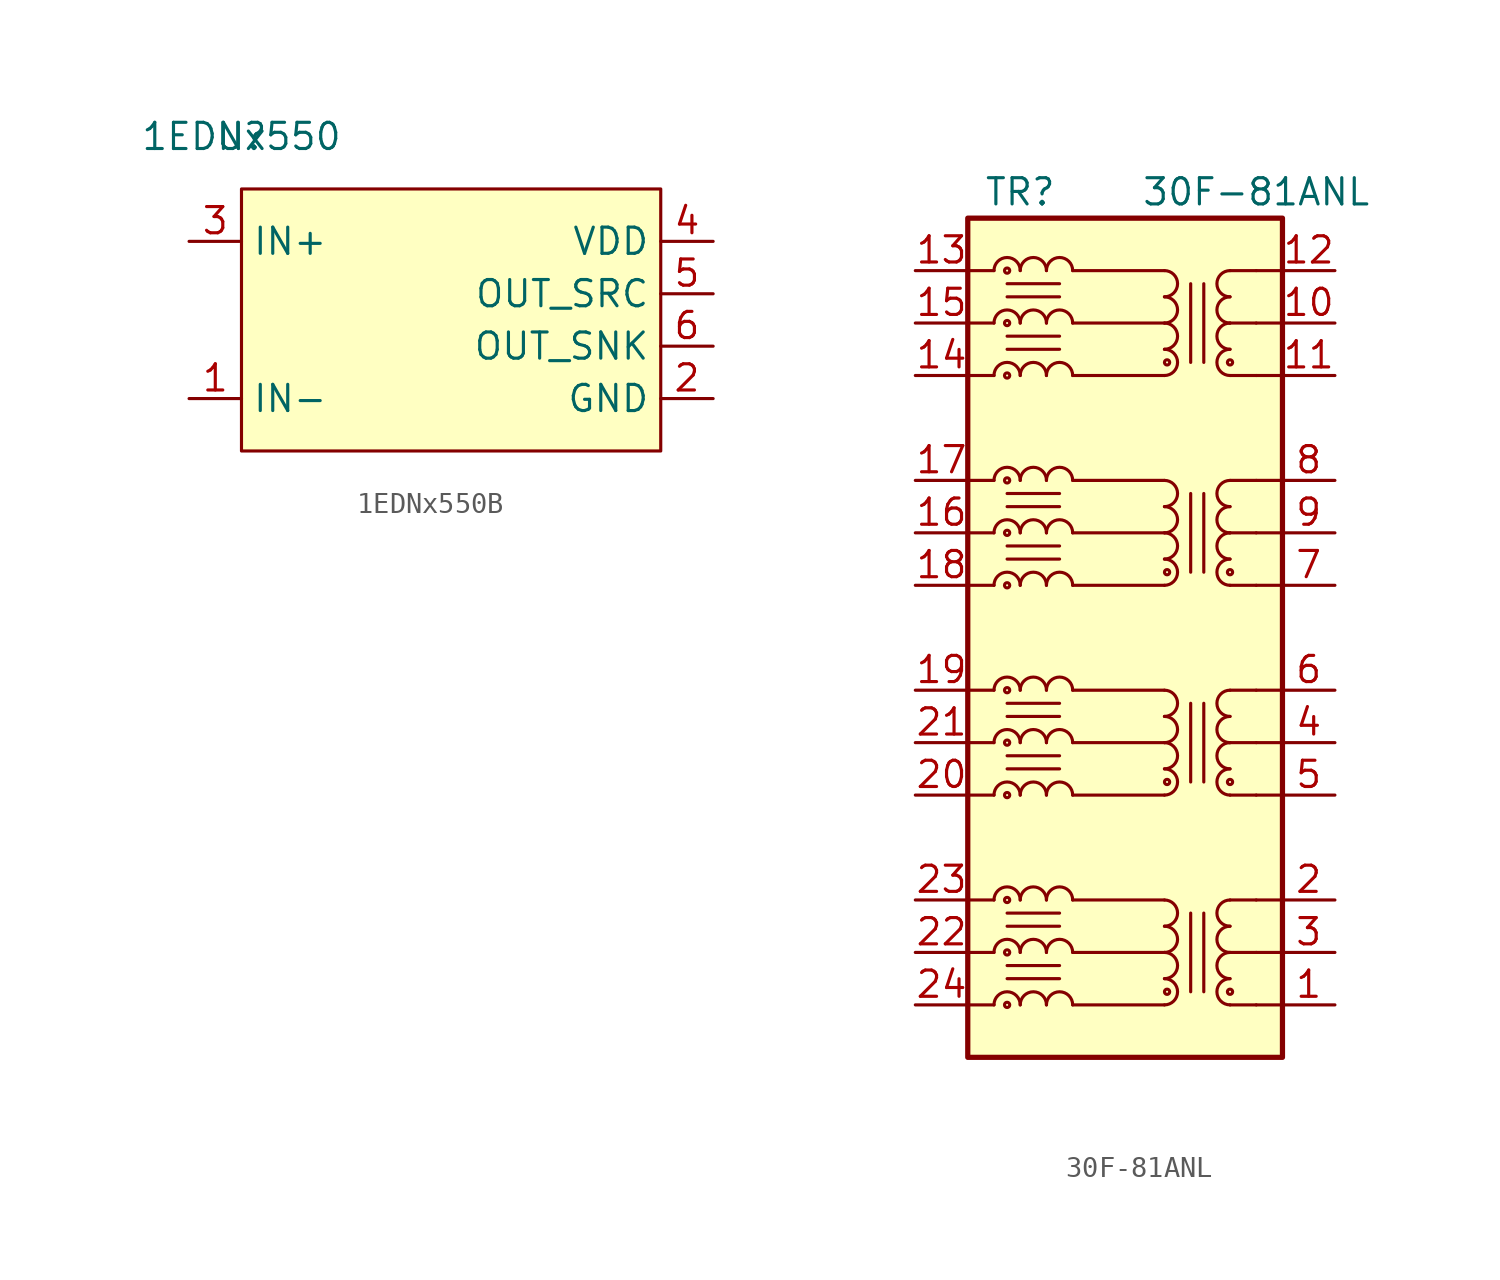
<source format=kicad_sym>
(kicad_symbol_lib
  (version 20220914)
  (generator kicad_symbol_editor)
  (symbol "1EDNx550B"
    (property "Reference" "U"
      (at 0 0 0)
      (effects (font (size 1.27 1.27))))
    (property "Value" "1EDNx550"
      (at 0 0 0)
      (effects (font (size 1.27 1.27))))
    (symbol "1EDNx550B_0_1"
      (rectangle (start 0 -2.54) (end 20.32 -15.24) (stroke (width 0) (type default)) (fill (type background))))
    (symbol "1EDNx550B_1_1"
      (pin input line (at -2.54 -12.7 0) (length 2.54) (name "IN-" (effects (font (size 1.27 1.27)))) (number "1" (effects (font (size 1.27 1.27)))))
      (pin passive line (at 22.86 -12.7 180) (length 2.54) (name "GND" (effects (font (size 1.27 1.27)))) (number "2" (effects (font (size 1.27 1.27)))))
      (pin input line (at -2.54 -5.08 0) (length 2.54) (name "IN+" (effects (font (size 1.27 1.27)))) (number "3" (effects (font (size 1.27 1.27)))))
      (pin power_in line (at 22.86 -5.08 180) (length 2.54) (name "VDD" (effects (font (size 1.27 1.27)))) (number "4" (effects (font (size 1.27 1.27)))))
      (pin output line (at 22.86 -7.62 180) (length 2.54) (name "OUT_SRC" (effects (font (size 1.27 1.27)))) (number "5" (effects (font (size 1.27 1.27)))))
      (pin output line (at 22.86 -10.16 180) (length 2.54) (name "OUT_SNK" (effects (font (size 1.27 1.27)))) (number "6" (effects (font (size 1.27 1.27)))))))
  (symbol "30F-81ANL"
    (pin_names hide)
    (property "Reference" "TR"
      (at -5.08 21.59 0)
      (effects (font (size 1.27 1.27))))
    (property "Value" "30F-81ANL"
      (at 6.35 21.59 0)
      (effects (font (size 1.27 1.27))))
    (symbol "30F-81ANL_0_1"
      (polyline (pts (xy -2.54 -17.78) (xy 1.905 -17.78)) (stroke (width 0) (type default)) (fill (type none)))
      (polyline (pts (xy -2.54 -15.24) (xy 1.905 -15.24)) (stroke (width 0) (type default)) (fill (type none)))
      (polyline (pts (xy -2.54 -12.7) (xy 1.905 -12.7)) (stroke (width 0) (type default)) (fill (type none)))
      (polyline (pts (xy -2.54 -7.62) (xy 1.905 -7.62)) (stroke (width 0) (type default)) (fill (type none)))
      (polyline (pts (xy -2.54 -5.08) (xy 1.905 -5.08)) (stroke (width 0) (type default)) (fill (type none)))
      (polyline (pts (xy -2.54 -2.54) (xy 1.905 -2.54)) (stroke (width 0) (type default)) (fill (type none)))
      (polyline (pts (xy -2.54 2.54) (xy 1.905 2.54)) (stroke (width 0) (type default)) (fill (type none)))
      (polyline (pts (xy -2.54 5.08) (xy 1.905 5.08)) (stroke (width 0) (type default)) (fill (type none)))
      (polyline (pts (xy -2.54 7.62) (xy 1.905 7.62)) (stroke (width 0) (type default)) (fill (type none)))
      (polyline (pts (xy -2.54 12.7) (xy 1.905 12.7)) (stroke (width 0) (type default)) (fill (type none)))
      (polyline (pts (xy -2.54 15.24) (xy 1.905 15.24)) (stroke (width 0) (type default)) (fill (type none)))
      (polyline (pts (xy -2.54 17.78) (xy 1.905 17.78)) (stroke (width 0) (type default)) (fill (type none)))
      (polyline (pts (xy 7.62 -17.78) (xy 6.35 -17.78)) (stroke (width 0) (type default)) (fill (type none)))
      (polyline (pts (xy 7.62 -15.24) (xy 6.35 -15.24)) (stroke (width 0) (type default)) (fill (type none)))
      (polyline (pts (xy 7.62 -12.7) (xy 6.35 -12.7)) (stroke (width 0) (type default)) (fill (type none)))
      (rectangle (start 7.62 20.32) (end -7.62 -20.32) (stroke (width 0.254) (type default)) (fill (type background)))
      (pin passive line (at 10.16 -17.78 180) (length 2.54) (name "TX1+" (effects (font (size 1.27 1.27)))) (number "1" (effects (font (size 1.27 1.27)))))
      (pin passive line (at 10.16 15.24 180) (length 2.54) (name "TCT4" (effects (font (size 1.27 1.27)))) (number "10" (effects (font (size 1.27 1.27)))))
      (pin passive line (at 10.16 12.7 180) (length 2.54) (name "TX4+" (effects (font (size 1.27 1.27)))) (number "11" (effects (font (size 1.27 1.27)))))
      (pin passive line (at 10.16 17.78 180) (length 2.54) (name "TX4-" (effects (font (size 1.27 1.27)))) (number "12" (effects (font (size 1.27 1.27)))))
      (pin passive line (at -10.16 17.78 0) (length 2.54) (name "TD4-" (effects (font (size 1.27 1.27)))) (number "13" (effects (font (size 1.27 1.27)))))
      (pin passive line (at -10.16 12.7 0) (length 2.54) (name "TD4+" (effects (font (size 1.27 1.27)))) (number "14" (effects (font (size 1.27 1.27)))))
      (pin passive line (at -10.16 15.24 0) (length 2.54) (name "CT4" (effects (font (size 1.27 1.27)))) (number "15" (effects (font (size 1.27 1.27)))))
      (pin passive line (at -10.16 5.08 0) (length 2.54) (name "CT3" (effects (font (size 1.27 1.27)))) (number "16" (effects (font (size 1.27 1.27)))))
      (pin passive line (at -10.16 7.62 0) (length 2.54) (name "TD3-" (effects (font (size 1.27 1.27)))) (number "17" (effects (font (size 1.27 1.27)))))
      (pin passive line (at -10.16 2.54 0) (length 2.54) (name "TD3+" (effects (font (size 1.27 1.27)))) (number "18" (effects (font (size 1.27 1.27)))))
      (pin passive line (at -10.16 -2.54 0) (length 2.54) (name "TD2-" (effects (font (size 1.27 1.27)))) (number "19" (effects (font (size 1.27 1.27)))))
      (pin passive line (at 10.16 -12.7 180) (length 2.54) (name "TX1-" (effects (font (size 1.27 1.27)))) (number "2" (effects (font (size 1.27 1.27)))))
      (pin passive line (at -10.16 -7.62 0) (length 2.54) (name "TD2+" (effects (font (size 1.27 1.27)))) (number "20" (effects (font (size 1.27 1.27)))))
      (pin passive line (at -10.16 -5.08 0) (length 2.54) (name "CT2" (effects (font (size 1.27 1.27)))) (number "21" (effects (font (size 1.27 1.27)))))
      (pin passive line (at -10.16 -15.24 0) (length 2.54) (name "TC1" (effects (font (size 1.27 1.27)))) (number "22" (effects (font (size 1.27 1.27)))))
      (pin passive line (at -10.16 -12.7 0) (length 2.54) (name "TD1-" (effects (font (size 1.27 1.27)))) (number "23" (effects (font (size 1.27 1.27)))))
      (pin passive line (at -10.16 -17.78 0) (length 2.54) (name "TD1+" (effects (font (size 1.27 1.27)))) (number "24" (effects (font (size 1.27 1.27)))))
      (pin passive line (at 10.16 -15.24 180) (length 2.54) (name "TCT1" (effects (font (size 1.27 1.27)))) (number "3" (effects (font (size 1.27 1.27)))))
      (pin passive line (at 10.16 -5.08 180) (length 2.54) (name "TCT2" (effects (font (size 1.27 1.27)))) (number "4" (effects (font (size 1.27 1.27)))))
      (pin passive line (at 10.16 -7.62 180) (length 2.54) (name "TX2+" (effects (font (size 1.27 1.27)))) (number "5" (effects (font (size 1.27 1.27)))))
      (pin passive line (at 10.16 -2.54 180) (length 2.54) (name "TX2-" (effects (font (size 1.27 1.27)))) (number "6" (effects (font (size 1.27 1.27)))))
      (pin passive line (at 10.16 2.54 180) (length 2.54) (name "TX3+" (effects (font (size 1.27 1.27)))) (number "7" (effects (font (size 1.27 1.27)))))
      (pin passive line (at 10.16 7.62 180) (length 2.54) (name "TX3-" (effects (font (size 1.27 1.27)))) (number "8" (effects (font (size 1.27 1.27)))))
      (pin passive line (at 10.16 5.08 180) (length 2.54) (name "TCT3" (effects (font (size 1.27 1.27)))) (number "9" (effects (font (size 1.27 1.27))))))
    (symbol "30F-81ANL_1_1"
      (circle (center -5.715 -17.78) (radius 0.127) (stroke (width 0) (type default)) (fill (type none)))
      (circle (center -5.715 -15.24) (radius 0.127) (stroke (width 0) (type default)) (fill (type none)))
      (circle (center -5.715 -12.7) (radius 0.127) (stroke (width 0) (type default)) (fill (type none)))
      (circle (center -5.715 -7.62) (radius 0.127) (stroke (width 0) (type default)) (fill (type none)))
      (circle (center -5.715 -5.08) (radius 0.127) (stroke (width 0) (type default)) (fill (type none)))
      (circle (center -5.715 -2.54) (radius 0.127) (stroke (width 0) (type default)) (fill (type none)))
      (circle (center -5.715 2.54) (radius 0.127) (stroke (width 0) (type default)) (fill (type none)))
      (circle (center -5.715 5.08) (radius 0.127) (stroke (width 0) (type default)) (fill (type none)))
      (circle (center -5.715 7.62) (radius 0.127) (stroke (width 0) (type default)) (fill (type none)))
      (circle (center -5.715 12.7) (radius 0.127) (stroke (width 0) (type default)) (fill (type none)))
      (circle (center -5.715 15.24) (radius 0.127) (stroke (width 0) (type default)) (fill (type none)))
      (circle (center -5.715 17.78) (radius 0.127) (stroke (width 0) (type default)) (fill (type none)))
      (arc (start -5.08 -17.78) (mid -5.715 -17.1477) (end -6.35 -17.78) (stroke (width 0) (type default)) (fill (type none)))
      (arc (start -5.08 -15.24) (mid -5.715 -14.6077) (end -6.35 -15.24) (stroke (width 0) (type default)) (fill (type none)))
      (arc (start -5.08 -12.7) (mid -5.715 -12.0677) (end -6.35 -12.7) (stroke (width 0) (type default)) (fill (type none)))
      (arc (start -5.08 -7.62) (mid -5.715 -6.9877) (end -6.35 -7.62) (stroke (width 0) (type default)) (fill (type none)))
      (arc (start -5.08 -5.08) (mid -5.715 -4.4477) (end -6.35 -5.08) (stroke (width 0) (type default)) (fill (type none)))
      (arc (start -5.08 -2.54) (mid -5.715 -1.9077) (end -6.35 -2.54) (stroke (width 0) (type default)) (fill (type none)))
      (arc (start -5.08 2.54) (mid -5.715 3.1723) (end -6.35 2.54) (stroke (width 0) (type default)) (fill (type none)))
      (arc (start -5.08 5.08) (mid -5.715 5.7123) (end -6.35 5.08) (stroke (width 0) (type default)) (fill (type none)))
      (arc (start -5.08 7.62) (mid -5.715 8.2523) (end -6.35 7.62) (stroke (width 0) (type default)) (fill (type none)))
      (arc (start -5.08 12.7) (mid -5.715 13.3323) (end -6.35 12.7) (stroke (width 0) (type default)) (fill (type none)))
      (arc (start -5.08 15.24) (mid -5.715 15.8723) (end -6.35 15.24) (stroke (width 0) (type default)) (fill (type none)))
      (arc (start -5.08 17.78) (mid -5.715 18.4123) (end -6.35 17.78) (stroke (width 0) (type default)) (fill (type none)))
      (arc (start -3.81 -17.78) (mid -4.445 -17.1477) (end -5.08 -17.78) (stroke (width 0) (type default)) (fill (type none)))
      (arc (start -3.81 -15.24) (mid -4.445 -14.6077) (end -5.08 -15.24) (stroke (width 0) (type default)) (fill (type none)))
      (arc (start -3.81 -12.7) (mid -4.445 -12.0677) (end -5.08 -12.7) (stroke (width 0) (type default)) (fill (type none)))
      (arc (start -3.81 -7.62) (mid -4.445 -6.9877) (end -5.08 -7.62) (stroke (width 0) (type default)) (fill (type none)))
      (arc (start -3.81 -5.08) (mid -4.445 -4.4477) (end -5.08 -5.08) (stroke (width 0) (type default)) (fill (type none)))
      (arc (start -3.81 -2.54) (mid -4.445 -1.9077) (end -5.08 -2.54) (stroke (width 0) (type default)) (fill (type none)))
      (arc (start -3.81 2.54) (mid -4.445 3.1723) (end -5.08 2.54) (stroke (width 0) (type default)) (fill (type none)))
      (arc (start -3.81 5.08) (mid -4.445 5.7123) (end -5.08 5.08) (stroke (width 0) (type default)) (fill (type none)))
      (arc (start -3.81 7.62) (mid -4.445 8.2523) (end -5.08 7.62) (stroke (width 0) (type default)) (fill (type none)))
      (arc (start -3.81 12.7) (mid -4.445 13.3323) (end -5.08 12.7) (stroke (width 0) (type default)) (fill (type none)))
      (arc (start -3.81 15.24) (mid -4.445 15.8723) (end -5.08 15.24) (stroke (width 0) (type default)) (fill (type none)))
      (arc (start -3.81 17.78) (mid -4.445 18.4123) (end -5.08 17.78) (stroke (width 0) (type default)) (fill (type none)))
      (arc (start -2.54 -17.78) (mid -3.175 -17.1477) (end -3.81 -17.78) (stroke (width 0) (type default)) (fill (type none)))
      (arc (start -2.54 -15.24) (mid -3.175 -14.6077) (end -3.81 -15.24) (stroke (width 0) (type default)) (fill (type none)))
      (arc (start -2.54 -12.7) (mid -3.175 -12.0677) (end -3.81 -12.7) (stroke (width 0) (type default)) (fill (type none)))
      (arc (start -2.54 -7.62) (mid -3.175 -6.9877) (end -3.81 -7.62) (stroke (width 0) (type default)) (fill (type none)))
      (arc (start -2.54 -5.08) (mid -3.175 -4.4477) (end -3.81 -5.08) (stroke (width 0) (type default)) (fill (type none)))
      (arc (start -2.54 -2.54) (mid -3.175 -1.9077) (end -3.81 -2.54) (stroke (width 0) (type default)) (fill (type none)))
      (arc (start -2.54 2.54) (mid -3.175 3.1723) (end -3.81 2.54) (stroke (width 0) (type default)) (fill (type none)))
      (arc (start -2.54 5.08) (mid -3.175 5.7123) (end -3.81 5.08) (stroke (width 0) (type default)) (fill (type none)))
      (arc (start -2.54 7.62) (mid -3.175 8.2523) (end -3.81 7.62) (stroke (width 0) (type default)) (fill (type none)))
      (arc (start -2.54 12.7) (mid -3.175 13.3323) (end -3.81 12.7) (stroke (width 0) (type default)) (fill (type none)))
      (arc (start -2.54 15.24) (mid -3.175 15.8723) (end -3.81 15.24) (stroke (width 0) (type default)) (fill (type none)))
      (arc (start -2.54 17.78) (mid -3.175 18.4123) (end -3.81 17.78) (stroke (width 0) (type default)) (fill (type none)))
      (polyline (pts (xy -7.62 -17.78) (xy -6.35 -17.78)) (stroke (width 0) (type default)) (fill (type none)))
      (polyline (pts (xy -7.62 -15.24) (xy -6.35 -15.24)) (stroke (width 0) (type default)) (fill (type none)))
      (polyline (pts (xy -7.62 -12.7) (xy -6.35 -12.7)) (stroke (width 0) (type default)) (fill (type none)))
      (polyline (pts (xy -7.62 -7.62) (xy -6.35 -7.62)) (stroke (width 0) (type default)) (fill (type none)))
      (polyline (pts (xy -7.62 -5.08) (xy -6.35 -5.08)) (stroke (width 0) (type default)) (fill (type none)))
      (polyline (pts (xy -7.62 -2.54) (xy -6.35 -2.54)) (stroke (width 0) (type default)) (fill (type none)))
      (polyline (pts (xy -7.62 2.54) (xy -6.35 2.54)) (stroke (width 0) (type default)) (fill (type none)))
      (polyline (pts (xy -7.62 5.08) (xy -6.35 5.08)) (stroke (width 0) (type default)) (fill (type none)))
      (polyline (pts (xy -7.62 7.62) (xy -6.35 7.62)) (stroke (width 0) (type default)) (fill (type none)))
      (polyline (pts (xy -7.62 12.7) (xy -6.35 12.7)) (stroke (width 0) (type default)) (fill (type none)))
      (polyline (pts (xy -7.62 15.24) (xy -6.35 15.24)) (stroke (width 0) (type default)) (fill (type none)))
      (polyline (pts (xy -7.62 17.78) (xy -6.35 17.78)) (stroke (width 0) (type default)) (fill (type none)))
      (polyline (pts (xy -5.715 -16.51) (xy -3.175 -16.51)) (stroke (width 0) (type default)) (fill (type none)))
      (polyline (pts (xy -5.715 -15.875) (xy -3.175 -15.875)) (stroke (width 0) (type default)) (fill (type none)))
      (polyline (pts (xy -5.715 -13.97) (xy -3.175 -13.97)) (stroke (width 0) (type default)) (fill (type none)))
      (polyline (pts (xy -5.715 -13.335) (xy -3.175 -13.335)) (stroke (width 0) (type default)) (fill (type none)))
      (polyline (pts (xy -5.715 -6.35) (xy -3.175 -6.35)) (stroke (width 0) (type default)) (fill (type none)))
      (polyline (pts (xy -5.715 -5.715) (xy -3.175 -5.715)) (stroke (width 0) (type default)) (fill (type none)))
      (polyline (pts (xy -5.715 -3.81) (xy -3.175 -3.81)) (stroke (width 0) (type default)) (fill (type none)))
      (polyline (pts (xy -5.715 -3.175) (xy -3.175 -3.175)) (stroke (width 0) (type default)) (fill (type none)))
      (polyline (pts (xy -5.715 3.81) (xy -3.175 3.81)) (stroke (width 0) (type default)) (fill (type none)))
      (polyline (pts (xy -5.715 4.445) (xy -3.175 4.445)) (stroke (width 0) (type default)) (fill (type none)))
      (polyline (pts (xy -5.715 6.35) (xy -3.175 6.35)) (stroke (width 0) (type default)) (fill (type none)))
      (polyline (pts (xy -5.715 6.985) (xy -3.175 6.985)) (stroke (width 0) (type default)) (fill (type none)))
      (polyline (pts (xy -5.715 13.97) (xy -3.175 13.97)) (stroke (width 0) (type default)) (fill (type none)))
      (polyline (pts (xy -5.715 14.605) (xy -3.175 14.605)) (stroke (width 0) (type default)) (fill (type none)))
      (polyline (pts (xy -5.715 16.51) (xy -3.175 16.51)) (stroke (width 0) (type default)) (fill (type none)))
      (polyline (pts (xy -5.715 17.145) (xy -3.175 17.145)) (stroke (width 0) (type default)) (fill (type none)))
      (polyline (pts (xy 3.175 -13.335) (xy 3.175 -17.145)) (stroke (width 0) (type default)) (fill (type none)))
      (polyline (pts (xy 3.175 -3.175) (xy 3.175 -6.985)) (stroke (width 0) (type default)) (fill (type none)))
      (polyline (pts (xy 3.175 6.985) (xy 3.175 3.175)) (stroke (width 0) (type default)) (fill (type none)))
      (polyline (pts (xy 3.175 17.145) (xy 3.175 13.335)) (stroke (width 0) (type default)) (fill (type none)))
      (polyline (pts (xy 3.81 -13.335) (xy 3.81 -17.145)) (stroke (width 0) (type default)) (fill (type none)))
      (polyline (pts (xy 3.81 -3.175) (xy 3.81 -6.985)) (stroke (width 0) (type default)) (fill (type none)))
      (polyline (pts (xy 3.81 6.985) (xy 3.81 3.175)) (stroke (width 0) (type default)) (fill (type none)))
      (polyline (pts (xy 3.81 17.145) (xy 3.81 13.335)) (stroke (width 0) (type default)) (fill (type none)))
      (polyline (pts (xy 6.35 -17.78) (xy 5.08 -17.78)) (stroke (width 0) (type default)) (fill (type none)))
      (polyline (pts (xy 6.35 -15.24) (xy 5.08 -15.24)) (stroke (width 0) (type default)) (fill (type none)))
      (polyline (pts (xy 6.35 -12.7) (xy 5.08 -12.7)) (stroke (width 0) (type default)) (fill (type none)))
      (polyline (pts (xy 6.35 -7.62) (xy 5.08 -7.62)) (stroke (width 0) (type default)) (fill (type none)))
      (polyline (pts (xy 6.35 -5.08) (xy 5.08 -5.08)) (stroke (width 0) (type default)) (fill (type none)))
      (polyline (pts (xy 6.35 -2.54) (xy 5.08 -2.54)) (stroke (width 0) (type default)) (fill (type none)))
      (polyline (pts (xy 6.35 2.54) (xy 5.08 2.54)) (stroke (width 0) (type default)) (fill (type none)))
      (polyline (pts (xy 6.35 5.08) (xy 5.08 5.08)) (stroke (width 0) (type default)) (fill (type none)))
      (polyline (pts (xy 6.35 7.62) (xy 5.08 7.62)) (stroke (width 0) (type default)) (fill (type none)))
      (polyline (pts (xy 6.35 12.7) (xy 5.08 12.7)) (stroke (width 0) (type default)) (fill (type none)))
      (polyline (pts (xy 6.35 15.24) (xy 5.08 15.24)) (stroke (width 0) (type default)) (fill (type none)))
      (polyline (pts (xy 6.35 17.78) (xy 5.08 17.78)) (stroke (width 0) (type default)) (fill (type none)))
      (polyline (pts (xy 7.62 -7.62) (xy 6.35 -7.62)) (stroke (width 0) (type default)) (fill (type none)))
      (polyline (pts (xy 7.62 -5.08) (xy 6.35 -5.08)) (stroke (width 0) (type default)) (fill (type none)))
      (polyline (pts (xy 7.62 -2.54) (xy 6.35 -2.54)) (stroke (width 0) (type default)) (fill (type none)))
      (polyline (pts (xy 7.62 2.54) (xy 6.35 2.54)) (stroke (width 0) (type default)) (fill (type none)))
      (polyline (pts (xy 7.62 5.08) (xy 6.35 5.08)) (stroke (width 0) (type default)) (fill (type none)))
      (polyline (pts (xy 7.62 7.62) (xy 6.35 7.62)) (stroke (width 0) (type default)) (fill (type none)))
      (polyline (pts (xy 7.62 12.7) (xy 6.35 12.7)) (stroke (width 0) (type default)) (fill (type none)))
      (polyline (pts (xy 7.62 15.24) (xy 6.35 15.24)) (stroke (width 0) (type default)) (fill (type none)))
      (polyline (pts (xy 7.62 17.78) (xy 6.35 17.78)) (stroke (width 0) (type default)) (fill (type none)))
      (arc (start 1.905 -17.78) (mid 2.5373 -17.145) (end 1.905 -16.51) (stroke (width 0) (type default)) (fill (type none)))
      (arc (start 1.905 -16.51) (mid 2.5373 -15.875) (end 1.905 -15.24) (stroke (width 0) (type default)) (fill (type none)))
      (arc (start 1.905 -15.24) (mid 2.5373 -14.605) (end 1.905 -13.97) (stroke (width 0) (type default)) (fill (type none)))
      (arc (start 1.905 -13.97) (mid 2.5373 -13.335) (end 1.905 -12.7) (stroke (width 0) (type default)) (fill (type none)))
      (arc (start 1.905 -7.62) (mid 2.5373 -6.985) (end 1.905 -6.35) (stroke (width 0) (type default)) (fill (type none)))
      (arc (start 1.905 -6.35) (mid 2.5373 -5.715) (end 1.905 -5.08) (stroke (width 0) (type default)) (fill (type none)))
      (arc (start 1.905 -5.08) (mid 2.5373 -4.445) (end 1.905 -3.81) (stroke (width 0) (type default)) (fill (type none)))
      (arc (start 1.905 -3.81) (mid 2.5373 -3.175) (end 1.905 -2.54) (stroke (width 0) (type default)) (fill (type none)))
      (arc (start 1.905 2.54) (mid 2.5373 3.175) (end 1.905 3.81) (stroke (width 0) (type default)) (fill (type none)))
      (arc (start 1.905 3.81) (mid 2.5373 4.445) (end 1.905 5.08) (stroke (width 0) (type default)) (fill (type none)))
      (arc (start 1.905 5.08) (mid 2.5373 5.715) (end 1.905 6.35) (stroke (width 0) (type default)) (fill (type none)))
      (arc (start 1.905 6.35) (mid 2.5373 6.985) (end 1.905 7.62) (stroke (width 0) (type default)) (fill (type none)))
      (arc (start 1.905 12.7) (mid 2.5373 13.335) (end 1.905 13.97) (stroke (width 0) (type default)) (fill (type none)))
      (arc (start 1.905 13.97) (mid 2.5373 14.605) (end 1.905 15.24) (stroke (width 0) (type default)) (fill (type none)))
      (arc (start 1.905 15.24) (mid 2.5373 15.875) (end 1.905 16.51) (stroke (width 0) (type default)) (fill (type none)))
      (arc (start 1.905 16.51) (mid 2.5373 17.145) (end 1.905 17.78) (stroke (width 0) (type default)) (fill (type none)))
      (circle (center 2.032 -17.145) (radius 0.127) (stroke (width 0) (type default)) (fill (type none)))
      (circle (center 2.032 -6.985) (radius 0.127) (stroke (width 0) (type default)) (fill (type none)))
      (circle (center 2.032 3.175) (radius 0.127) (stroke (width 0) (type default)) (fill (type none)))
      (circle (center 2.032 13.335) (radius 0.127) (stroke (width 0) (type default)) (fill (type none)))
      (circle (center 5.08 -17.145) (radius 0.127) (stroke (width 0) (type default)) (fill (type none)))
      (arc (start 5.08 -16.51) (mid 4.4477 -17.145) (end 5.08 -17.78) (stroke (width 0) (type default)) (fill (type none)))
      (arc (start 5.08 -15.24) (mid 4.4477 -15.875) (end 5.08 -16.51) (stroke (width 0) (type default)) (fill (type none)))
      (arc (start 5.08 -13.97) (mid 4.4477 -14.605) (end 5.08 -15.24) (stroke (width 0) (type default)) (fill (type none)))
      (arc (start 5.08 -12.7) (mid 4.4477 -13.335) (end 5.08 -13.97) (stroke (width 0) (type default)) (fill (type none)))
      (circle (center 5.08 -6.985) (radius 0.127) (stroke (width 0) (type default)) (fill (type none)))
      (arc (start 5.08 -6.35) (mid 4.4477 -6.985) (end 5.08 -7.62) (stroke (width 0) (type default)) (fill (type none)))
      (arc (start 5.08 -5.08) (mid 4.4477 -5.715) (end 5.08 -6.35) (stroke (width 0) (type default)) (fill (type none)))
      (arc (start 5.08 -3.81) (mid 4.4477 -4.445) (end 5.08 -5.08) (stroke (width 0) (type default)) (fill (type none)))
      (arc (start 5.08 -2.54) (mid 4.4477 -3.175) (end 5.08 -3.81) (stroke (width 0) (type default)) (fill (type none)))
      (circle (center 5.08 3.175) (radius 0.127) (stroke (width 0) (type default)) (fill (type none)))
      (arc (start 5.08 3.81) (mid 4.4477 3.175) (end 5.08 2.54) (stroke (width 0) (type default)) (fill (type none)))
      (arc (start 5.08 5.08) (mid 4.4477 4.445) (end 5.08 3.81) (stroke (width 0) (type default)) (fill (type none)))
      (arc (start 5.08 6.35) (mid 4.4477 5.715) (end 5.08 5.08) (stroke (width 0) (type default)) (fill (type none)))
      (arc (start 5.08 7.62) (mid 4.4477 6.985) (end 5.08 6.35) (stroke (width 0) (type default)) (fill (type none)))
      (circle (center 5.08 13.335) (radius 0.127) (stroke (width 0) (type default)) (fill (type none)))
      (arc (start 5.08 13.97) (mid 4.4477 13.335) (end 5.08 12.7) (stroke (width 0) (type default)) (fill (type none)))
      (arc (start 5.08 15.24) (mid 4.4477 14.605) (end 5.08 13.97) (stroke (width 0) (type default)) (fill (type none)))
      (arc (start 5.08 16.51) (mid 4.4477 15.875) (end 5.08 15.24) (stroke (width 0) (type default)) (fill (type none)))
      (arc (start 5.08 17.78) (mid 4.4477 17.145) (end 5.08 16.51) (stroke (width 0) (type default)) (fill (type none))))))
</source>
